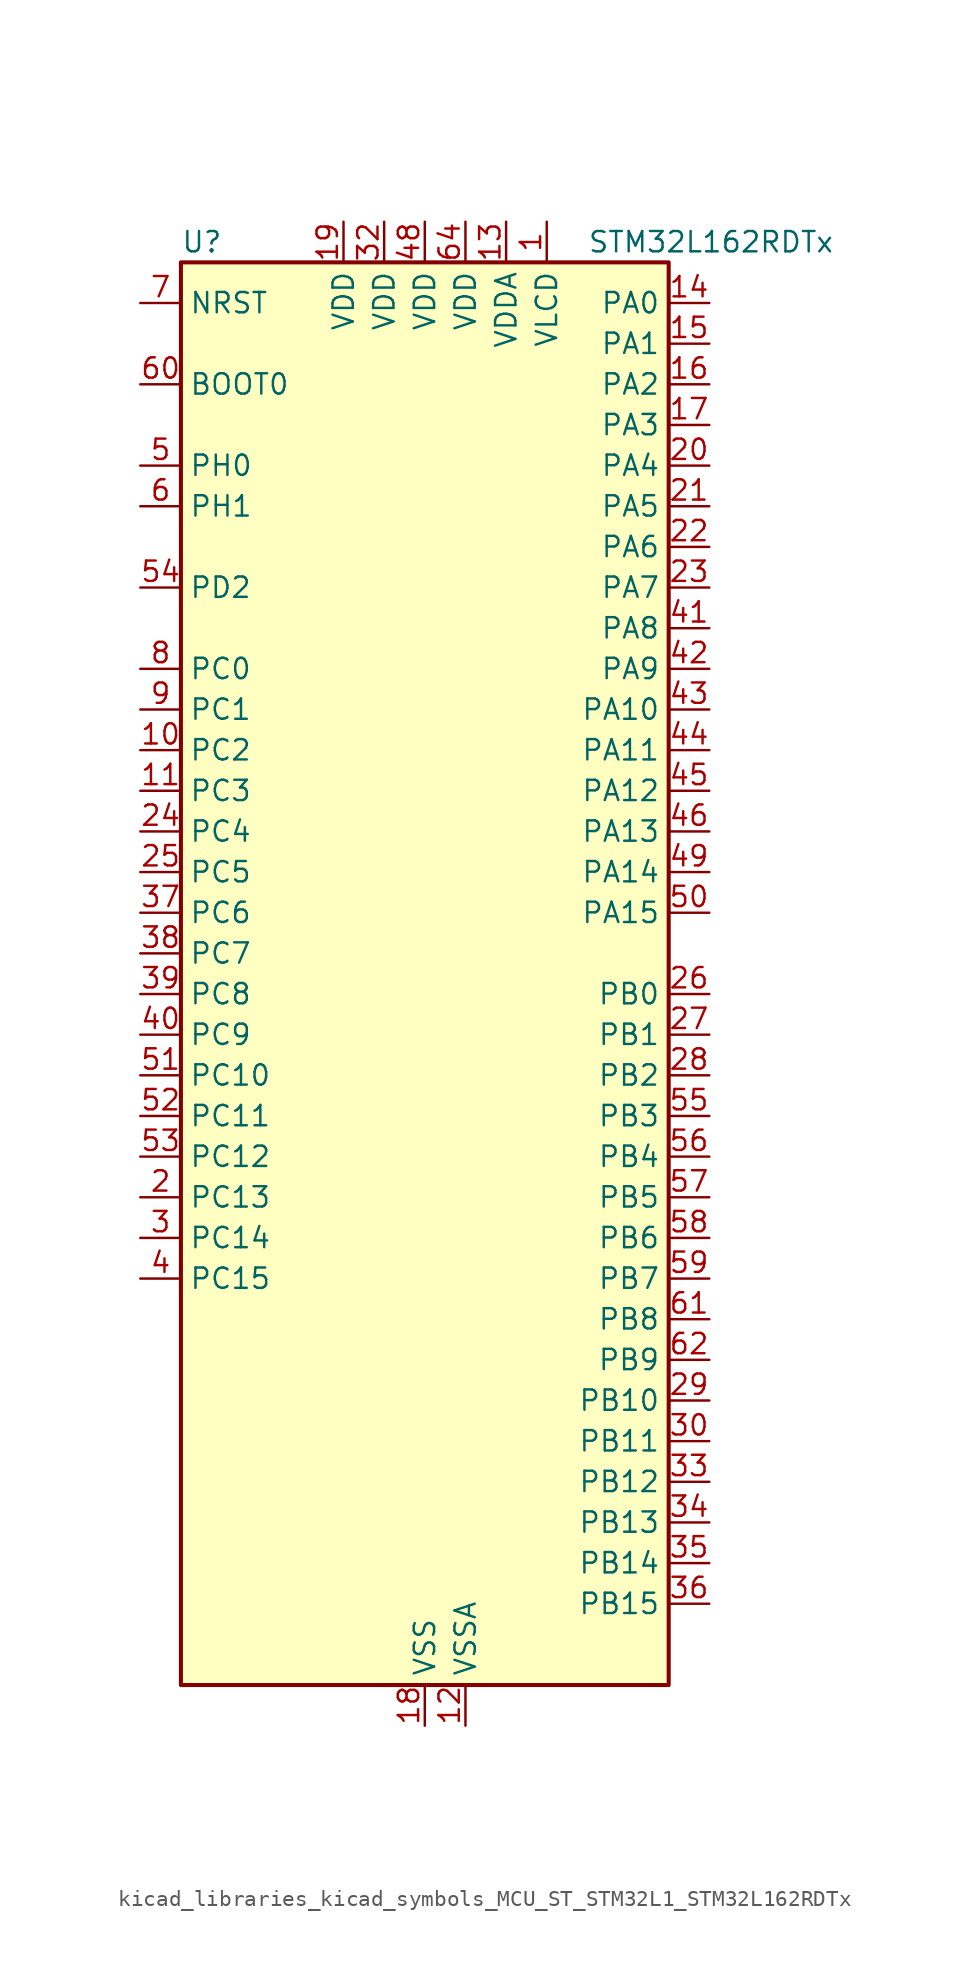
<source format=kicad_sym>
(kicad_symbol_lib
  (version 20220914)
  (generator kicad_symbol_editor)
  (symbol "kicad_libraries_kicad_symbols_MCU_ST_STM32L1_STM32L162RDTx"
    (property "Reference" "U"
      (at -15.24 46.99 0)
      (effects (font (size 1.27 1.27)) (justify left)))
    (property "Value" "STM32L162RDTx"
      (at 10.16 46.99 0)
      (effects (font (size 1.27 1.27)) (justify left)))
    (property "ki_locked" ""
      (at 0 0 0)
      (effects (font (size 1.27 1.27))))
    (symbol "kicad_libraries_kicad_symbols_MCU_ST_STM32L1_STM32L162RDTx_0_1"
      (rectangle (start -15.24 -43.18) (end 15.24 45.72) (stroke (width 0.254) (type default)) (fill (type background))))
    (symbol "kicad_libraries_kicad_symbols_MCU_ST_STM32L1_STM32L162RDTx_1_1"
      (pin power_in line (at 7.62 48.26 270) (length 2.54) (name "VLCD" (effects (font (size 1.27 1.27)))) (number "1" (effects (font (size 1.27 1.27)))))
      (pin bidirectional line (at -17.78 15.24 0) (length 2.54) (name "PC2" (effects (font (size 1.27 1.27)))) (number "10" (effects (font (size 1.27 1.27)))) (alternate "ADC_IN12" bidirectional line) (alternate "COMP1_INP" bidirectional line) (alternate "LCD_SEG20" bidirectional line) (alternate "OPAMP3_VINM" bidirectional line) (alternate "TIMX_IC3" bidirectional line) (alternate "TS_G8_IO3" bidirectional line))
      (pin bidirectional line (at -17.78 12.7 0) (length 2.54) (name "PC3" (effects (font (size 1.27 1.27)))) (number "11" (effects (font (size 1.27 1.27)))) (alternate "ADC_IN13" bidirectional line) (alternate "COMP1_INP" bidirectional line) (alternate "LCD_SEG21" bidirectional line) (alternate "OPAMP3_VOUT" bidirectional line) (alternate "TIMX_IC4" bidirectional line) (alternate "TS_G8_IO4" bidirectional line))
      (pin power_in line (at 2.54 -45.72 90) (length 2.54) (name "VSSA" (effects (font (size 1.27 1.27)))) (number "12" (effects (font (size 1.27 1.27)))))
      (pin power_in line (at 5.08 48.26 270) (length 2.54) (name "VDDA" (effects (font (size 1.27 1.27)))) (number "13" (effects (font (size 1.27 1.27)))))
      (pin bidirectional line (at 17.78 43.18 180) (length 2.54) (name "PA0" (effects (font (size 1.27 1.27)))) (number "14" (effects (font (size 1.27 1.27)))) (alternate "ADC_IN0" bidirectional line) (alternate "COMP1_INP" bidirectional line) (alternate "RTC_TAMP2" bidirectional line) (alternate "SYS_WKUP1" bidirectional line) (alternate "TIM2_CH1" bidirectional line) (alternate "TIM2_ETR" bidirectional line) (alternate "TIM5_CH1" bidirectional line) (alternate "TIMX_IC1" bidirectional line) (alternate "TS_G1_IO1" bidirectional line) (alternate "USART2_CTS" bidirectional line))
      (pin bidirectional line (at 17.78 40.64 180) (length 2.54) (name "PA1" (effects (font (size 1.27 1.27)))) (number "15" (effects (font (size 1.27 1.27)))) (alternate "ADC_IN1" bidirectional line) (alternate "COMP1_INP" bidirectional line) (alternate "LCD_SEG0" bidirectional line) (alternate "OPAMP1_VINP" bidirectional line) (alternate "TIM2_CH2" bidirectional line) (alternate "TIM5_CH2" bidirectional line) (alternate "TIMX_IC2" bidirectional line) (alternate "TS_G1_IO2" bidirectional line) (alternate "USART2_RTS" bidirectional line))
      (pin bidirectional line (at 17.78 38.1 180) (length 2.54) (name "PA2" (effects (font (size 1.27 1.27)))) (number "16" (effects (font (size 1.27 1.27)))) (alternate "ADC_IN2" bidirectional line) (alternate "COMP1_INP" bidirectional line) (alternate "LCD_SEG1" bidirectional line) (alternate "OPAMP1_VINM" bidirectional line) (alternate "TIM2_CH3" bidirectional line) (alternate "TIM5_CH3" bidirectional line) (alternate "TIM9_CH1" bidirectional line) (alternate "TIMX_IC3" bidirectional line) (alternate "TS_G1_IO3" bidirectional line) (alternate "USART2_TX" bidirectional line))
      (pin bidirectional line (at 17.78 35.56 180) (length 2.54) (name "PA3" (effects (font (size 1.27 1.27)))) (number "17" (effects (font (size 1.27 1.27)))) (alternate "ADC_IN3" bidirectional line) (alternate "COMP1_INP" bidirectional line) (alternate "LCD_SEG2" bidirectional line) (alternate "OPAMP1_VOUT" bidirectional line) (alternate "TIM2_CH4" bidirectional line) (alternate "TIM5_CH4" bidirectional line) (alternate "TIM9_CH2" bidirectional line) (alternate "TIMX_IC4" bidirectional line) (alternate "TS_G1_IO4" bidirectional line) (alternate "USART2_RX" bidirectional line))
      (pin power_in line (at 0 -45.72 90) (length 2.54) (name "VSS" (effects (font (size 1.27 1.27)))) (number "18" (effects (font (size 1.27 1.27)))))
      (pin power_in line (at -5.08 48.26 270) (length 2.54) (name "VDD" (effects (font (size 1.27 1.27)))) (number "19" (effects (font (size 1.27 1.27)))))
      (pin bidirectional line (at -17.78 -12.7 0) (length 2.54) (name "PC13" (effects (font (size 1.27 1.27)))) (number "2" (effects (font (size 1.27 1.27)))) (alternate "RTC_OUT_ALARM" bidirectional line) (alternate "RTC_OUT_CALIB" bidirectional line) (alternate "RTC_TAMP1" bidirectional line) (alternate "RTC_TS" bidirectional line) (alternate "SYS_WKUP2" bidirectional line) (alternate "TIMX_IC2" bidirectional line))
      (pin bidirectional line (at 17.78 33.02 180) (length 2.54) (name "PA4" (effects (font (size 1.27 1.27)))) (number "20" (effects (font (size 1.27 1.27)))) (alternate "ADC_IN4" bidirectional line) (alternate "COMP1_INP" bidirectional line) (alternate "DAC_OUT1" bidirectional line) (alternate "I2S3_WS" bidirectional line) (alternate "SPI1_NSS" bidirectional line) (alternate "SPI3_NSS" bidirectional line) (alternate "TIMX_IC1" bidirectional line) (alternate "USART2_CK" bidirectional line))
      (pin bidirectional line (at 17.78 30.48 180) (length 2.54) (name "PA5" (effects (font (size 1.27 1.27)))) (number "21" (effects (font (size 1.27 1.27)))) (alternate "ADC_IN5" bidirectional line) (alternate "COMP1_INP" bidirectional line) (alternate "DAC_OUT2" bidirectional line) (alternate "SPI1_SCK" bidirectional line) (alternate "TIM2_CH1" bidirectional line) (alternate "TIM2_ETR" bidirectional line) (alternate "TIMX_IC2" bidirectional line))
      (pin bidirectional line (at 17.78 27.94 180) (length 2.54) (name "PA6" (effects (font (size 1.27 1.27)))) (number "22" (effects (font (size 1.27 1.27)))) (alternate "ADC_IN6" bidirectional line) (alternate "COMP1_INP" bidirectional line) (alternate "LCD_SEG3" bidirectional line) (alternate "OPAMP2_VINP" bidirectional line) (alternate "SPI1_MISO" bidirectional line) (alternate "TIM10_CH1" bidirectional line) (alternate "TIM3_CH1" bidirectional line) (alternate "TIMX_IC3" bidirectional line) (alternate "TS_G2_IO1" bidirectional line))
      (pin bidirectional line (at 17.78 25.4 180) (length 2.54) (name "PA7" (effects (font (size 1.27 1.27)))) (number "23" (effects (font (size 1.27 1.27)))) (alternate "ADC_IN7" bidirectional line) (alternate "COMP1_INP" bidirectional line) (alternate "LCD_SEG4" bidirectional line) (alternate "OPAMP2_VINM" bidirectional line) (alternate "SPI1_MOSI" bidirectional line) (alternate "TIM11_CH1" bidirectional line) (alternate "TIM3_CH2" bidirectional line) (alternate "TIMX_IC4" bidirectional line) (alternate "TS_G2_IO2" bidirectional line))
      (pin bidirectional line (at -17.78 10.16 0) (length 2.54) (name "PC4" (effects (font (size 1.27 1.27)))) (number "24" (effects (font (size 1.27 1.27)))) (alternate "ADC_IN14" bidirectional line) (alternate "COMP1_INP" bidirectional line) (alternate "LCD_SEG22" bidirectional line) (alternate "TIMX_IC1" bidirectional line) (alternate "TS_G9_IO1" bidirectional line))
      (pin bidirectional line (at -17.78 7.62 0) (length 2.54) (name "PC5" (effects (font (size 1.27 1.27)))) (number "25" (effects (font (size 1.27 1.27)))) (alternate "ADC_IN15" bidirectional line) (alternate "COMP1_INP" bidirectional line) (alternate "LCD_SEG23" bidirectional line) (alternate "TIMX_IC2" bidirectional line) (alternate "TS_G9_IO2" bidirectional line))
      (pin bidirectional line (at 17.78 0 180) (length 2.54) (name "PB0" (effects (font (size 1.27 1.27)))) (number "26" (effects (font (size 1.27 1.27)))) (alternate "ADC_IN8" bidirectional line) (alternate "COMP1_INP" bidirectional line) (alternate "LCD_SEG5" bidirectional line) (alternate "OPAMP2_VOUT" bidirectional line) (alternate "SYS_V_REF_OUT" bidirectional line) (alternate "TIM3_CH3" bidirectional line) (alternate "TS_G3_IO1" bidirectional line))
      (pin bidirectional line (at 17.78 -2.54 180) (length 2.54) (name "PB1" (effects (font (size 1.27 1.27)))) (number "27" (effects (font (size 1.27 1.27)))) (alternate "ADC_IN9" bidirectional line) (alternate "COMP1_INP" bidirectional line) (alternate "LCD_SEG6" bidirectional line) (alternate "SYS_V_REF_OUT" bidirectional line) (alternate "TIM3_CH4" bidirectional line) (alternate "TS_G3_IO2" bidirectional line))
      (pin bidirectional line (at 17.78 -5.08 180) (length 2.54) (name "PB2" (effects (font (size 1.27 1.27)))) (number "28" (effects (font (size 1.27 1.27)))) (alternate "TS_G3_IO3" bidirectional line))
      (pin bidirectional line (at 17.78 -25.4 180) (length 2.54) (name "PB10" (effects (font (size 1.27 1.27)))) (number "29" (effects (font (size 1.27 1.27)))) (alternate "I2C2_SCL" bidirectional line) (alternate "LCD_SEG10" bidirectional line) (alternate "TIM2_CH3" bidirectional line) (alternate "USART3_TX" bidirectional line))
      (pin bidirectional line (at -17.78 -15.24 0) (length 2.54) (name "PC14" (effects (font (size 1.27 1.27)))) (number "3" (effects (font (size 1.27 1.27)))) (alternate "RCC_OSC32_IN" bidirectional line) (alternate "TIMX_IC3" bidirectional line))
      (pin bidirectional line (at 17.78 -27.94 180) (length 2.54) (name "PB11" (effects (font (size 1.27 1.27)))) (number "30" (effects (font (size 1.27 1.27)))) (alternate "ADC_EXTI11" bidirectional line) (alternate "I2C2_SDA" bidirectional line) (alternate "LCD_SEG11" bidirectional line) (alternate "TIM2_CH4" bidirectional line) (alternate "USART3_RX" bidirectional line))
      (pin passive line (at 0 -45.72 90) (length 2.54) hide (name "VSS" (effects (font (size 1.27 1.27)))) (number "31" (effects (font (size 1.27 1.27)))))
      (pin power_in line (at -2.54 48.26 270) (length 2.54) (name "VDD" (effects (font (size 1.27 1.27)))) (number "32" (effects (font (size 1.27 1.27)))))
      (pin bidirectional line (at 17.78 -30.48 180) (length 2.54) (name "PB12" (effects (font (size 1.27 1.27)))) (number "33" (effects (font (size 1.27 1.27)))) (alternate "ADC_IN18" bidirectional line) (alternate "COMP1_INP" bidirectional line) (alternate "I2C2_SMBA" bidirectional line) (alternate "I2S2_WS" bidirectional line) (alternate "LCD_SEG12" bidirectional line) (alternate "SPI2_NSS" bidirectional line) (alternate "TIM10_CH1" bidirectional line) (alternate "TS_G7_IO1" bidirectional line) (alternate "USART3_CK" bidirectional line))
      (pin bidirectional line (at 17.78 -33.02 180) (length 2.54) (name "PB13" (effects (font (size 1.27 1.27)))) (number "34" (effects (font (size 1.27 1.27)))) (alternate "ADC_IN19" bidirectional line) (alternate "COMP1_INP" bidirectional line) (alternate "I2S2_CK" bidirectional line) (alternate "LCD_SEG13" bidirectional line) (alternate "SPI2_SCK" bidirectional line) (alternate "TIM9_CH1" bidirectional line) (alternate "TS_G7_IO2" bidirectional line) (alternate "USART3_CTS" bidirectional line))
      (pin bidirectional line (at 17.78 -35.56 180) (length 2.54) (name "PB14" (effects (font (size 1.27 1.27)))) (number "35" (effects (font (size 1.27 1.27)))) (alternate "ADC_IN20" bidirectional line) (alternate "COMP1_INP" bidirectional line) (alternate "LCD_SEG14" bidirectional line) (alternate "SPI2_MISO" bidirectional line) (alternate "TIM9_CH2" bidirectional line) (alternate "TS_G7_IO3" bidirectional line) (alternate "USART3_RTS" bidirectional line))
      (pin bidirectional line (at 17.78 -38.1 180) (length 2.54) (name "PB15" (effects (font (size 1.27 1.27)))) (number "36" (effects (font (size 1.27 1.27)))) (alternate "ADC_EXTI15" bidirectional line) (alternate "ADC_IN21" bidirectional line) (alternate "COMP1_INP" bidirectional line) (alternate "I2S2_SD" bidirectional line) (alternate "LCD_SEG15" bidirectional line) (alternate "RTC_REFIN" bidirectional line) (alternate "SPI2_MOSI" bidirectional line) (alternate "TIM11_CH1" bidirectional line) (alternate "TS_G7_IO4" bidirectional line))
      (pin bidirectional line (at -17.78 5.08 0) (length 2.54) (name "PC6" (effects (font (size 1.27 1.27)))) (number "37" (effects (font (size 1.27 1.27)))) (alternate "I2S2_MCK" bidirectional line) (alternate "LCD_SEG24" bidirectional line) (alternate "SDIO_D6" bidirectional line) (alternate "TIM3_CH1" bidirectional line) (alternate "TIMX_IC3" bidirectional line) (alternate "TS_G10_IO1" bidirectional line))
      (pin bidirectional line (at -17.78 2.54 0) (length 2.54) (name "PC7" (effects (font (size 1.27 1.27)))) (number "38" (effects (font (size 1.27 1.27)))) (alternate "I2S3_MCK" bidirectional line) (alternate "LCD_SEG25" bidirectional line) (alternate "SDIO_D7" bidirectional line) (alternate "TIM3_CH2" bidirectional line) (alternate "TIMX_IC4" bidirectional line) (alternate "TS_G10_IO2" bidirectional line))
      (pin bidirectional line (at -17.78 0 0) (length 2.54) (name "PC8" (effects (font (size 1.27 1.27)))) (number "39" (effects (font (size 1.27 1.27)))) (alternate "LCD_SEG26" bidirectional line) (alternate "SDIO_D0" bidirectional line) (alternate "TIM3_CH3" bidirectional line) (alternate "TIMX_IC1" bidirectional line) (alternate "TS_G10_IO3" bidirectional line))
      (pin bidirectional line (at -17.78 -17.78 0) (length 2.54) (name "PC15" (effects (font (size 1.27 1.27)))) (number "4" (effects (font (size 1.27 1.27)))) (alternate "ADC_EXTI15" bidirectional line) (alternate "RCC_OSC32_OUT" bidirectional line) (alternate "TIMX_IC4" bidirectional line))
      (pin bidirectional line (at -17.78 -2.54 0) (length 2.54) (name "PC9" (effects (font (size 1.27 1.27)))) (number "40" (effects (font (size 1.27 1.27)))) (alternate "DAC_EXTI9" bidirectional line) (alternate "LCD_SEG27" bidirectional line) (alternate "SDIO_D1" bidirectional line) (alternate "TIM3_CH4" bidirectional line) (alternate "TIMX_IC2" bidirectional line) (alternate "TS_G10_IO4" bidirectional line))
      (pin bidirectional line (at 17.78 22.86 180) (length 2.54) (name "PA8" (effects (font (size 1.27 1.27)))) (number "41" (effects (font (size 1.27 1.27)))) (alternate "LCD_COM0" bidirectional line) (alternate "RCC_MCO" bidirectional line) (alternate "TIMX_IC1" bidirectional line) (alternate "TS_G4_IO1" bidirectional line) (alternate "USART1_CK" bidirectional line))
      (pin bidirectional line (at 17.78 20.32 180) (length 2.54) (name "PA9" (effects (font (size 1.27 1.27)))) (number "42" (effects (font (size 1.27 1.27)))) (alternate "DAC_EXTI9" bidirectional line) (alternate "LCD_COM1" bidirectional line) (alternate "TIMX_IC2" bidirectional line) (alternate "TS_G4_IO2" bidirectional line) (alternate "USART1_TX" bidirectional line))
      (pin bidirectional line (at 17.78 17.78 180) (length 2.54) (name "PA10" (effects (font (size 1.27 1.27)))) (number "43" (effects (font (size 1.27 1.27)))) (alternate "LCD_COM2" bidirectional line) (alternate "TIMX_IC3" bidirectional line) (alternate "TS_G4_IO3" bidirectional line) (alternate "USART1_RX" bidirectional line))
      (pin bidirectional line (at 17.78 15.24 180) (length 2.54) (name "PA11" (effects (font (size 1.27 1.27)))) (number "44" (effects (font (size 1.27 1.27)))) (alternate "ADC_EXTI11" bidirectional line) (alternate "SPI1_MISO" bidirectional line) (alternate "TIMX_IC4" bidirectional line) (alternate "USART1_CTS" bidirectional line) (alternate "USB_DM" bidirectional line))
      (pin bidirectional line (at 17.78 12.7 180) (length 2.54) (name "PA12" (effects (font (size 1.27 1.27)))) (number "45" (effects (font (size 1.27 1.27)))) (alternate "SPI1_MOSI" bidirectional line) (alternate "TIMX_IC1" bidirectional line) (alternate "USART1_RTS" bidirectional line) (alternate "USB_DP" bidirectional line))
      (pin bidirectional line (at 17.78 10.16 180) (length 2.54) (name "PA13" (effects (font (size 1.27 1.27)))) (number "46" (effects (font (size 1.27 1.27)))) (alternate "SYS_JTMS-SWDIO" bidirectional line) (alternate "TIMX_IC2" bidirectional line) (alternate "TS_G5_IO1" bidirectional line))
      (pin passive line (at 0 -45.72 90) (length 2.54) hide (name "VSS" (effects (font (size 1.27 1.27)))) (number "47" (effects (font (size 1.27 1.27)))))
      (pin power_in line (at 0 48.26 270) (length 2.54) (name "VDD" (effects (font (size 1.27 1.27)))) (number "48" (effects (font (size 1.27 1.27)))))
      (pin bidirectional line (at 17.78 7.62 180) (length 2.54) (name "PA14" (effects (font (size 1.27 1.27)))) (number "49" (effects (font (size 1.27 1.27)))) (alternate "SYS_JTCK-SWCLK" bidirectional line) (alternate "TIMX_IC3" bidirectional line) (alternate "TS_G5_IO2" bidirectional line))
      (pin bidirectional line (at -17.78 33.02 0) (length 2.54) (name "PH0" (effects (font (size 1.27 1.27)))) (number "5" (effects (font (size 1.27 1.27)))) (alternate "RCC_OSC_IN" bidirectional line))
      (pin bidirectional line (at 17.78 5.08 180) (length 2.54) (name "PA15" (effects (font (size 1.27 1.27)))) (number "50" (effects (font (size 1.27 1.27)))) (alternate "ADC_EXTI15" bidirectional line) (alternate "I2S3_WS" bidirectional line) (alternate "LCD_SEG17" bidirectional line) (alternate "SPI1_NSS" bidirectional line) (alternate "SPI3_NSS" bidirectional line) (alternate "SYS_JTDI" bidirectional line) (alternate "TIM2_CH1" bidirectional line) (alternate "TIM2_ETR" bidirectional line) (alternate "TIMX_IC4" bidirectional line) (alternate "TS_G5_IO3" bidirectional line))
      (pin bidirectional line (at -17.78 -5.08 0) (length 2.54) (name "PC10" (effects (font (size 1.27 1.27)))) (number "51" (effects (font (size 1.27 1.27)))) (alternate "I2S3_CK" bidirectional line) (alternate "LCD_COM4" bidirectional line) (alternate "LCD_SEG28" bidirectional line) (alternate "LCD_SEG40" bidirectional line) (alternate "SDIO_D2" bidirectional line) (alternate "SPI3_SCK" bidirectional line) (alternate "TIMX_IC3" bidirectional line) (alternate "UART4_TX" bidirectional line) (alternate "USART3_TX" bidirectional line))
      (pin bidirectional line (at -17.78 -7.62 0) (length 2.54) (name "PC11" (effects (font (size 1.27 1.27)))) (number "52" (effects (font (size 1.27 1.27)))) (alternate "ADC_EXTI11" bidirectional line) (alternate "LCD_COM5" bidirectional line) (alternate "LCD_SEG29" bidirectional line) (alternate "LCD_SEG41" bidirectional line) (alternate "SDIO_D3" bidirectional line) (alternate "SPI3_MISO" bidirectional line) (alternate "TIMX_IC4" bidirectional line) (alternate "UART4_RX" bidirectional line) (alternate "USART3_RX" bidirectional line))
      (pin bidirectional line (at -17.78 -10.16 0) (length 2.54) (name "PC12" (effects (font (size 1.27 1.27)))) (number "53" (effects (font (size 1.27 1.27)))) (alternate "I2S3_SD" bidirectional line) (alternate "LCD_COM6" bidirectional line) (alternate "LCD_SEG30" bidirectional line) (alternate "LCD_SEG42" bidirectional line) (alternate "SDIO_CK" bidirectional line) (alternate "SPI3_MOSI" bidirectional line) (alternate "TIMX_IC1" bidirectional line) (alternate "UART5_TX" bidirectional line) (alternate "USART3_CK" bidirectional line))
      (pin bidirectional line (at -17.78 25.4 0) (length 2.54) (name "PD2" (effects (font (size 1.27 1.27)))) (number "54" (effects (font (size 1.27 1.27)))) (alternate "LCD_COM7" bidirectional line) (alternate "LCD_SEG31" bidirectional line) (alternate "LCD_SEG43" bidirectional line) (alternate "SDIO_CMD" bidirectional line) (alternate "TIM3_ETR" bidirectional line) (alternate "TIMX_IC3" bidirectional line) (alternate "UART5_RX" bidirectional line))
      (pin bidirectional line (at 17.78 -7.62 180) (length 2.54) (name "PB3" (effects (font (size 1.27 1.27)))) (number "55" (effects (font (size 1.27 1.27)))) (alternate "COMP2_INM" bidirectional line) (alternate "I2S3_CK" bidirectional line) (alternate "LCD_SEG7" bidirectional line) (alternate "SPI1_SCK" bidirectional line) (alternate "SPI3_SCK" bidirectional line) (alternate "SYS_JTDO-TRACESWO" bidirectional line) (alternate "TIM2_CH2" bidirectional line))
      (pin bidirectional line (at 17.78 -10.16 180) (length 2.54) (name "PB4" (effects (font (size 1.27 1.27)))) (number "56" (effects (font (size 1.27 1.27)))) (alternate "COMP2_INP" bidirectional line) (alternate "LCD_SEG8" bidirectional line) (alternate "SPI1_MISO" bidirectional line) (alternate "SPI3_MISO" bidirectional line) (alternate "SYS_JTRST" bidirectional line) (alternate "TIM3_CH1" bidirectional line) (alternate "TS_G6_IO1" bidirectional line))
      (pin bidirectional line (at 17.78 -12.7 180) (length 2.54) (name "PB5" (effects (font (size 1.27 1.27)))) (number "57" (effects (font (size 1.27 1.27)))) (alternate "COMP2_INP" bidirectional line) (alternate "I2C1_SMBA" bidirectional line) (alternate "I2S3_SD" bidirectional line) (alternate "LCD_SEG9" bidirectional line) (alternate "SPI1_MOSI" bidirectional line) (alternate "SPI3_MOSI" bidirectional line) (alternate "TIM3_CH2" bidirectional line) (alternate "TS_G6_IO2" bidirectional line))
      (pin bidirectional line (at 17.78 -15.24 180) (length 2.54) (name "PB6" (effects (font (size 1.27 1.27)))) (number "58" (effects (font (size 1.27 1.27)))) (alternate "COMP2_INP" bidirectional line) (alternate "I2C1_SCL" bidirectional line) (alternate "TIM4_CH1" bidirectional line) (alternate "TS_G6_IO3" bidirectional line) (alternate "USART1_TX" bidirectional line))
      (pin bidirectional line (at 17.78 -17.78 180) (length 2.54) (name "PB7" (effects (font (size 1.27 1.27)))) (number "59" (effects (font (size 1.27 1.27)))) (alternate "COMP2_INP" bidirectional line) (alternate "I2C1_SDA" bidirectional line) (alternate "SYS_PVD_IN" bidirectional line) (alternate "TIM4_CH2" bidirectional line) (alternate "TS_G6_IO4" bidirectional line) (alternate "USART1_RX" bidirectional line))
      (pin bidirectional line (at -17.78 30.48 0) (length 2.54) (name "PH1" (effects (font (size 1.27 1.27)))) (number "6" (effects (font (size 1.27 1.27)))) (alternate "RCC_OSC_OUT" bidirectional line))
      (pin input line (at -17.78 38.1 0) (length 2.54) (name "BOOT0" (effects (font (size 1.27 1.27)))) (number "60" (effects (font (size 1.27 1.27)))))
      (pin bidirectional line (at 17.78 -20.32 180) (length 2.54) (name "PB8" (effects (font (size 1.27 1.27)))) (number "61" (effects (font (size 1.27 1.27)))) (alternate "I2C1_SCL" bidirectional line) (alternate "LCD_SEG16" bidirectional line) (alternate "SDIO_D4" bidirectional line) (alternate "TIM10_CH1" bidirectional line) (alternate "TIM4_CH3" bidirectional line))
      (pin bidirectional line (at 17.78 -22.86 180) (length 2.54) (name "PB9" (effects (font (size 1.27 1.27)))) (number "62" (effects (font (size 1.27 1.27)))) (alternate "DAC_EXTI9" bidirectional line) (alternate "I2C1_SDA" bidirectional line) (alternate "LCD_COM3" bidirectional line) (alternate "SDIO_D5" bidirectional line) (alternate "TIM11_CH1" bidirectional line) (alternate "TIM4_CH4" bidirectional line))
      (pin passive line (at 0 -45.72 90) (length 2.54) hide (name "VSS" (effects (font (size 1.27 1.27)))) (number "63" (effects (font (size 1.27 1.27)))))
      (pin power_in line (at 2.54 48.26 270) (length 2.54) (name "VDD" (effects (font (size 1.27 1.27)))) (number "64" (effects (font (size 1.27 1.27)))))
      (pin input line (at -17.78 43.18 0) (length 2.54) (name "NRST" (effects (font (size 1.27 1.27)))) (number "7" (effects (font (size 1.27 1.27)))))
      (pin bidirectional line (at -17.78 20.32 0) (length 2.54) (name "PC0" (effects (font (size 1.27 1.27)))) (number "8" (effects (font (size 1.27 1.27)))) (alternate "ADC_IN10" bidirectional line) (alternate "COMP1_INP" bidirectional line) (alternate "LCD_SEG18" bidirectional line) (alternate "TIMX_IC1" bidirectional line) (alternate "TS_G8_IO1" bidirectional line))
      (pin bidirectional line (at -17.78 17.78 0) (length 2.54) (name "PC1" (effects (font (size 1.27 1.27)))) (number "9" (effects (font (size 1.27 1.27)))) (alternate "ADC_IN11" bidirectional line) (alternate "COMP1_INP" bidirectional line) (alternate "LCD_SEG19" bidirectional line) (alternate "OPAMP3_VINP" bidirectional line) (alternate "TIMX_IC2" bidirectional line) (alternate "TS_G8_IO2" bidirectional line)))))
</source>
